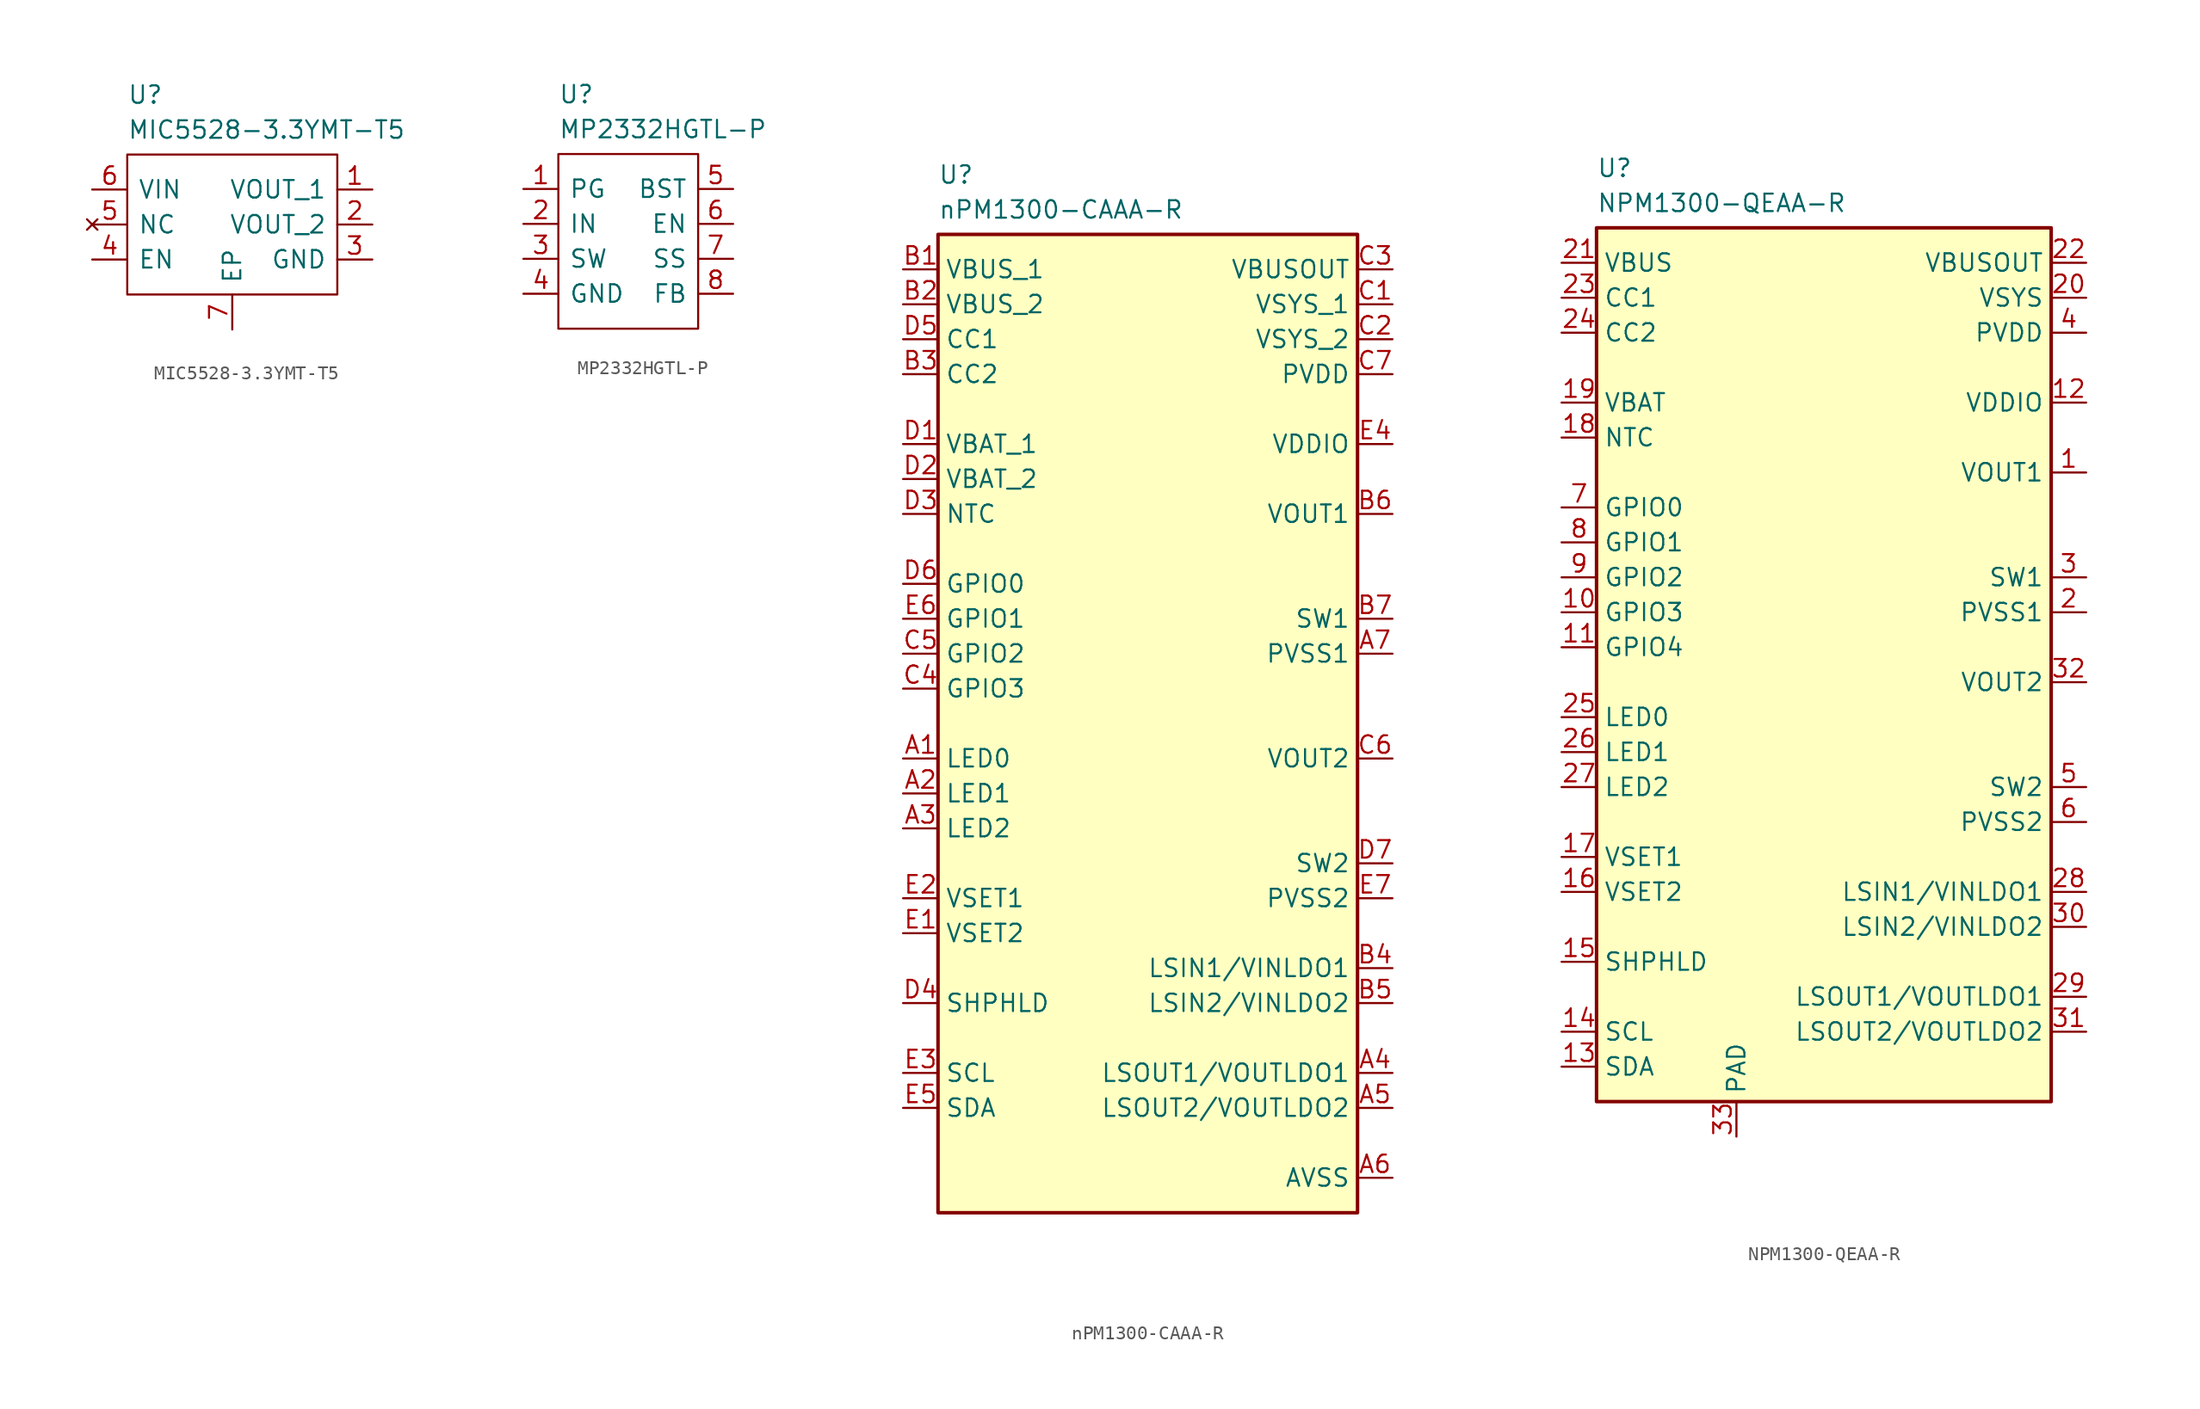
<source format=kicad_sym>
(kicad_symbol_lib
  (version 20241209)
  (generator "kicad_symbol_editor")
  (generator_version "9.0")
  (symbol "MIC5528-3.3YMT-T5"
    (pin_names
      (offset 0.762))
    (property "Reference" "U"
      (at 2.54 7.62 0)
      (effects (font (size 1.27 1.27)) (justify left top)))
    (property "Value" "MIC5528-3.3YMT-T5"
      (at 2.54 5.08 0)
      (effects (font (size 1.27 1.27)) (justify left top)))
    (symbol "MIC5528-3.3YMT-T5_0_0"
      (pin passive line (at 0 0 0) (length 2.54) (name "VIN" (effects (font (size 1.27 1.27)))) (number "6" (effects (font (size 1.27 1.27)))))
      (pin no_connect line (at 0 -2.54 0) (length 2.54) (name "NC" (effects (font (size 1.27 1.27)))) (number "5" (effects (font (size 1.27 1.27)))))
      (pin passive line (at 0 -5.08 0) (length 2.54) (name "EN" (effects (font (size 1.27 1.27)))) (number "4" (effects (font (size 1.27 1.27)))))
      (pin passive line (at 10.16 -10.16 90) (length 2.54) (name "EP" (effects (font (size 1.27 1.27)))) (number "7" (effects (font (size 1.27 1.27)))))
      (pin passive line (at 20.32 0 180) (length 2.54) (name "VOUT_1" (effects (font (size 1.27 1.27)))) (number "1" (effects (font (size 1.27 1.27)))))
      (pin passive line (at 20.32 -2.54 180) (length 2.54) (name "VOUT_2" (effects (font (size 1.27 1.27)))) (number "2" (effects (font (size 1.27 1.27)))))
      (pin passive line (at 20.32 -5.08 180) (length 2.54) (name "GND" (effects (font (size 1.27 1.27)))) (number "3" (effects (font (size 1.27 1.27))))))
    (symbol "MIC5528-3.3YMT-T5_0_1"
      (rectangle (start 2.54 2.54) (end 17.78 -7.62) (stroke (width 0.152) (type default)) (fill (type none)))))
  (symbol "MP2332HGTL-P"
    (pin_names
      (offset 0.762))
    (property "Reference" "U"
      (at 2.54 7.62 0)
      (effects (font (size 1.27 1.27)) (justify left top)))
    (property "Value" "MP2332HGTL-P"
      (at 2.54 5.08 0)
      (effects (font (size 1.27 1.27)) (justify left top)))
    (symbol "MP2332HGTL-P_0_0"
      (pin passive line (at 0 0 0) (length 2.54) (name "PG" (effects (font (size 1.27 1.27)))) (number "1" (effects (font (size 1.27 1.27)))))
      (pin passive line (at 0 -2.54 0) (length 2.54) (name "IN" (effects (font (size 1.27 1.27)))) (number "2" (effects (font (size 1.27 1.27)))))
      (pin passive line (at 0 -5.08 0) (length 2.54) (name "SW" (effects (font (size 1.27 1.27)))) (number "3" (effects (font (size 1.27 1.27)))))
      (pin passive line (at 0 -7.62 0) (length 2.54) (name "GND" (effects (font (size 1.27 1.27)))) (number "4" (effects (font (size 1.27 1.27)))))
      (pin passive line (at 15.24 0 180) (length 2.54) (name "BST" (effects (font (size 1.27 1.27)))) (number "5" (effects (font (size 1.27 1.27)))))
      (pin passive line (at 15.24 -2.54 180) (length 2.54) (name "EN" (effects (font (size 1.27 1.27)))) (number "6" (effects (font (size 1.27 1.27)))))
      (pin passive line (at 15.24 -5.08 180) (length 2.54) (name "SS" (effects (font (size 1.27 1.27)))) (number "7" (effects (font (size 1.27 1.27)))))
      (pin passive line (at 15.24 -7.62 180) (length 2.54) (name "FB" (effects (font (size 1.27 1.27)))) (number "8" (effects (font (size 1.27 1.27))))))
    (symbol "MP2332HGTL-P_0_1"
      (polyline (pts (xy 2.54 2.54) (xy 12.7 2.54) (xy 12.7 -10.16) (xy 2.54 -10.16) (xy 2.54 2.54)) (stroke (width 0.152) (type default)) (fill (type none)))))
  (symbol "nPM1300-CAAA-R"
    (property "Reference" "U"
      (at 2.54 7.62 0)
      (effects (font (size 1.27 1.27)) (justify left top)))
    (property "Value" "nPM1300-CAAA-R"
      (at 2.54 5.08 0)
      (effects (font (size 1.27 1.27)) (justify left top)))
    (symbol "nPM1300-CAAA-R_1_1"
      (rectangle (start 2.54 2.54) (end 33.02 -68.58) (stroke (width 0.254) (type default)) (fill (type background)))
      (pin passive line (at 0 0 0) (length 2.54) (name "VBUS_1" (effects (font (size 1.27 1.27)))) (number "B1" (effects (font (size 1.27 1.27)))))
      (pin passive line (at 0 -2.54 0) (length 2.54) (name "VBUS_2" (effects (font (size 1.27 1.27)))) (number "B2" (effects (font (size 1.27 1.27)))))
      (pin passive line (at 0 -5.08 0) (length 2.54) (name "CC1" (effects (font (size 1.27 1.27)))) (number "D5" (effects (font (size 1.27 1.27)))))
      (pin passive line (at 0 -7.62 0) (length 2.54) (name "CC2" (effects (font (size 1.27 1.27)))) (number "B3" (effects (font (size 1.27 1.27)))))
      (pin passive line (at 0 -12.7 0) (length 2.54) (name "VBAT_1" (effects (font (size 1.27 1.27)))) (number "D1" (effects (font (size 1.27 1.27)))))
      (pin passive line (at 0 -15.24 0) (length 2.54) (name "VBAT_2" (effects (font (size 1.27 1.27)))) (number "D2" (effects (font (size 1.27 1.27)))))
      (pin passive line (at 0 -17.78 0) (length 2.54) (name "NTC" (effects (font (size 1.27 1.27)))) (number "D3" (effects (font (size 1.27 1.27)))))
      (pin passive line (at 0 -22.86 0) (length 2.54) (name "GPIO0" (effects (font (size 1.27 1.27)))) (number "D6" (effects (font (size 1.27 1.27)))))
      (pin passive line (at 0 -25.4 0) (length 2.54) (name "GPIO1" (effects (font (size 1.27 1.27)))) (number "E6" (effects (font (size 1.27 1.27)))))
      (pin passive line (at 0 -27.94 0) (length 2.54) (name "GPIO2" (effects (font (size 1.27 1.27)))) (number "C5" (effects (font (size 1.27 1.27)))))
      (pin passive line (at 0 -30.48 0) (length 2.54) (name "GPIO3" (effects (font (size 1.27 1.27)))) (number "C4" (effects (font (size 1.27 1.27)))))
      (pin passive line (at 0 -35.56 0) (length 2.54) (name "LED0" (effects (font (size 1.27 1.27)))) (number "A1" (effects (font (size 1.27 1.27)))))
      (pin passive line (at 0 -38.1 0) (length 2.54) (name "LED1" (effects (font (size 1.27 1.27)))) (number "A2" (effects (font (size 1.27 1.27)))))
      (pin passive line (at 0 -40.64 0) (length 2.54) (name "LED2" (effects (font (size 1.27 1.27)))) (number "A3" (effects (font (size 1.27 1.27)))))
      (pin passive line (at 0 -45.72 0) (length 2.54) (name "VSET1" (effects (font (size 1.27 1.27)))) (number "E2" (effects (font (size 1.27 1.27)))))
      (pin passive line (at 0 -48.26 0) (length 2.54) (name "VSET2" (effects (font (size 1.27 1.27)))) (number "E1" (effects (font (size 1.27 1.27)))))
      (pin passive line (at 0 -53.34 0) (length 2.54) (name "SHPHLD" (effects (font (size 1.27 1.27)))) (number "D4" (effects (font (size 1.27 1.27)))))
      (pin passive line (at 0 -58.42 0) (length 2.54) (name "SCL" (effects (font (size 1.27 1.27)))) (number "E3" (effects (font (size 1.27 1.27)))))
      (pin passive line (at 0 -60.96 0) (length 2.54) (name "SDA" (effects (font (size 1.27 1.27)))) (number "E5" (effects (font (size 1.27 1.27)))))
      (pin passive line (at 35.56 0 180) (length 2.54) (name "VBUSOUT" (effects (font (size 1.27 1.27)))) (number "C3" (effects (font (size 1.27 1.27)))))
      (pin passive line (at 35.56 -2.54 180) (length 2.54) (name "VSYS_1" (effects (font (size 1.27 1.27)))) (number "C1" (effects (font (size 1.27 1.27)))))
      (pin passive line (at 35.56 -5.08 180) (length 2.54) (name "VSYS_2" (effects (font (size 1.27 1.27)))) (number "C2" (effects (font (size 1.27 1.27)))))
      (pin passive line (at 35.56 -7.62 180) (length 2.54) (name "PVDD" (effects (font (size 1.27 1.27)))) (number "C7" (effects (font (size 1.27 1.27)))))
      (pin passive line (at 35.56 -12.7 180) (length 2.54) (name "VDDIO" (effects (font (size 1.27 1.27)))) (number "E4" (effects (font (size 1.27 1.27)))))
      (pin passive line (at 35.56 -17.78 180) (length 2.54) (name "VOUT1" (effects (font (size 1.27 1.27)))) (number "B6" (effects (font (size 1.27 1.27)))))
      (pin passive line (at 35.56 -25.4 180) (length 2.54) (name "SW1" (effects (font (size 1.27 1.27)))) (number "B7" (effects (font (size 1.27 1.27)))))
      (pin passive line (at 35.56 -27.94 180) (length 2.54) (name "PVSS1" (effects (font (size 1.27 1.27)))) (number "A7" (effects (font (size 1.27 1.27)))))
      (pin passive line (at 35.56 -35.56 180) (length 2.54) (name "VOUT2" (effects (font (size 1.27 1.27)))) (number "C6" (effects (font (size 1.27 1.27)))))
      (pin passive line (at 35.56 -43.18 180) (length 2.54) (name "SW2" (effects (font (size 1.27 1.27)))) (number "D7" (effects (font (size 1.27 1.27)))))
      (pin passive line (at 35.56 -45.72 180) (length 2.54) (name "PVSS2" (effects (font (size 1.27 1.27)))) (number "E7" (effects (font (size 1.27 1.27)))))
      (pin passive line (at 35.56 -50.8 180) (length 2.54) (name "LSIN1/VINLDO1" (effects (font (size 1.27 1.27)))) (number "B4" (effects (font (size 1.27 1.27)))))
      (pin passive line (at 35.56 -53.34 180) (length 2.54) (name "LSIN2/VINLDO2" (effects (font (size 1.27 1.27)))) (number "B5" (effects (font (size 1.27 1.27)))))
      (pin passive line (at 35.56 -58.42 180) (length 2.54) (name "LSOUT1/VOUTLDO1" (effects (font (size 1.27 1.27)))) (number "A4" (effects (font (size 1.27 1.27)))))
      (pin passive line (at 35.56 -60.96 180) (length 2.54) (name "LSOUT2/VOUTLDO2" (effects (font (size 1.27 1.27)))) (number "A5" (effects (font (size 1.27 1.27)))))
      (pin passive line (at 35.56 -66.04 180) (length 2.54) (name "AVSS" (effects (font (size 1.27 1.27)))) (number "A6" (effects (font (size 1.27 1.27)))))))
  (symbol "NPM1300-QEAA-R"
    (property "Reference" "U"
      (at 2.54 7.62 0)
      (effects (font (size 1.27 1.27)) (justify left top)))
    (property "Value" "NPM1300-QEAA-R"
      (at 2.54 5.08 0)
      (effects (font (size 1.27 1.27)) (justify left top)))
    (symbol "NPM1300-QEAA-R_1_1"
      (rectangle (start 2.54 2.54) (end 35.56 -60.96) (stroke (width 0.254) (type default)) (fill (type background)))
      (pin power_in line (at 0 0 0) (length 2.54) (name "VBUS" (effects (font (size 1.27 1.27)))) (number "21" (effects (font (size 1.27 1.27)))))
      (pin input line (at 0 -2.54 0) (length 2.54) (name "CC1" (effects (font (size 1.27 1.27)))) (number "23" (effects (font (size 1.27 1.27)))))
      (pin input line (at 0 -5.08 0) (length 2.54) (name "CC2" (effects (font (size 1.27 1.27)))) (number "24" (effects (font (size 1.27 1.27)))))
      (pin power_in line (at 0 -10.16 0) (length 2.54) (name "VBAT" (effects (font (size 1.27 1.27)))) (number "19" (effects (font (size 1.27 1.27)))))
      (pin input line (at 0 -12.7 0) (length 2.54) (name "NTC" (effects (font (size 1.27 1.27)))) (number "18" (effects (font (size 1.27 1.27)))))
      (pin bidirectional line (at 0 -17.78 0) (length 2.54) (name "GPIO0" (effects (font (size 1.27 1.27)))) (number "7" (effects (font (size 1.27 1.27)))))
      (pin bidirectional line (at 0 -20.32 0) (length 2.54) (name "GPIO1" (effects (font (size 1.27 1.27)))) (number "8" (effects (font (size 1.27 1.27)))))
      (pin bidirectional line (at 0 -22.86 0) (length 2.54) (name "GPIO2" (effects (font (size 1.27 1.27)))) (number "9" (effects (font (size 1.27 1.27)))))
      (pin bidirectional line (at 0 -25.4 0) (length 2.54) (name "GPIO3" (effects (font (size 1.27 1.27)))) (number "10" (effects (font (size 1.27 1.27)))))
      (pin bidirectional line (at 0 -27.94 0) (length 2.54) (name "GPIO4" (effects (font (size 1.27 1.27)))) (number "11" (effects (font (size 1.27 1.27)))))
      (pin output line (at 0 -33.02 0) (length 2.54) (name "LED0" (effects (font (size 1.27 1.27)))) (number "25" (effects (font (size 1.27 1.27)))))
      (pin output line (at 0 -35.56 0) (length 2.54) (name "LED1" (effects (font (size 1.27 1.27)))) (number "26" (effects (font (size 1.27 1.27)))))
      (pin output line (at 0 -38.1 0) (length 2.54) (name "LED2" (effects (font (size 1.27 1.27)))) (number "27" (effects (font (size 1.27 1.27)))))
      (pin input line (at 0 -43.18 0) (length 2.54) (name "VSET1" (effects (font (size 1.27 1.27)))) (number "17" (effects (font (size 1.27 1.27)))))
      (pin input line (at 0 -45.72 0) (length 2.54) (name "VSET2" (effects (font (size 1.27 1.27)))) (number "16" (effects (font (size 1.27 1.27)))))
      (pin input line (at 0 -50.8 0) (length 2.54) (name "SHPHLD" (effects (font (size 1.27 1.27)))) (number "15" (effects (font (size 1.27 1.27)))))
      (pin input line (at 0 -55.88 0) (length 2.54) (name "SCL" (effects (font (size 1.27 1.27)))) (number "14" (effects (font (size 1.27 1.27)))))
      (pin bidirectional line (at 0 -58.42 0) (length 2.54) (name "SDA" (effects (font (size 1.27 1.27)))) (number "13" (effects (font (size 1.27 1.27)))))
      (pin power_in line (at 12.7 -63.5 90) (length 2.54) (name "PAD" (effects (font (size 1.27 1.27)))) (number "33" (effects (font (size 1.27 1.27)))))
      (pin output line (at 38.1 0 180) (length 2.54) (name "VBUSOUT" (effects (font (size 1.27 1.27)))) (number "22" (effects (font (size 1.27 1.27)))))
      (pin power_in line (at 38.1 -2.54 180) (length 2.54) (name "VSYS" (effects (font (size 1.27 1.27)))) (number "20" (effects (font (size 1.27 1.27)))))
      (pin power_in line (at 38.1 -5.08 180) (length 2.54) (name "PVDD" (effects (font (size 1.27 1.27)))) (number "4" (effects (font (size 1.27 1.27)))))
      (pin power_in line (at 38.1 -10.16 180) (length 2.54) (name "VDDIO" (effects (font (size 1.27 1.27)))) (number "12" (effects (font (size 1.27 1.27)))))
      (pin power_in line (at 38.1 -15.24 180) (length 2.54) (name "VOUT1" (effects (font (size 1.27 1.27)))) (number "1" (effects (font (size 1.27 1.27)))))
      (pin power_in line (at 38.1 -22.86 180) (length 2.54) (name "SW1" (effects (font (size 1.27 1.27)))) (number "3" (effects (font (size 1.27 1.27)))))
      (pin power_in line (at 38.1 -25.4 180) (length 2.54) (name "PVSS1" (effects (font (size 1.27 1.27)))) (number "2" (effects (font (size 1.27 1.27)))))
      (pin power_in line (at 38.1 -30.48 180) (length 2.54) (name "VOUT2" (effects (font (size 1.27 1.27)))) (number "32" (effects (font (size 1.27 1.27)))))
      (pin power_in line (at 38.1 -38.1 180) (length 2.54) (name "SW2" (effects (font (size 1.27 1.27)))) (number "5" (effects (font (size 1.27 1.27)))))
      (pin power_in line (at 38.1 -40.64 180) (length 2.54) (name "PVSS2" (effects (font (size 1.27 1.27)))) (number "6" (effects (font (size 1.27 1.27)))))
      (pin power_in line (at 38.1 -45.72 180) (length 2.54) (name "LSIN1/VINLDO1" (effects (font (size 1.27 1.27)))) (number "28" (effects (font (size 1.27 1.27)))))
      (pin power_in line (at 38.1 -48.26 180) (length 2.54) (name "LSIN2/VINLDO2" (effects (font (size 1.27 1.27)))) (number "30" (effects (font (size 1.27 1.27)))))
      (pin power_in line (at 38.1 -53.34 180) (length 2.54) (name "LSOUT1/VOUTLDO1" (effects (font (size 1.27 1.27)))) (number "29" (effects (font (size 1.27 1.27)))))
      (pin power_in line (at 38.1 -55.88 180) (length 2.54) (name "LSOUT2/VOUTLDO2" (effects (font (size 1.27 1.27)))) (number "31" (effects (font (size 1.27 1.27))))))))
</source>
